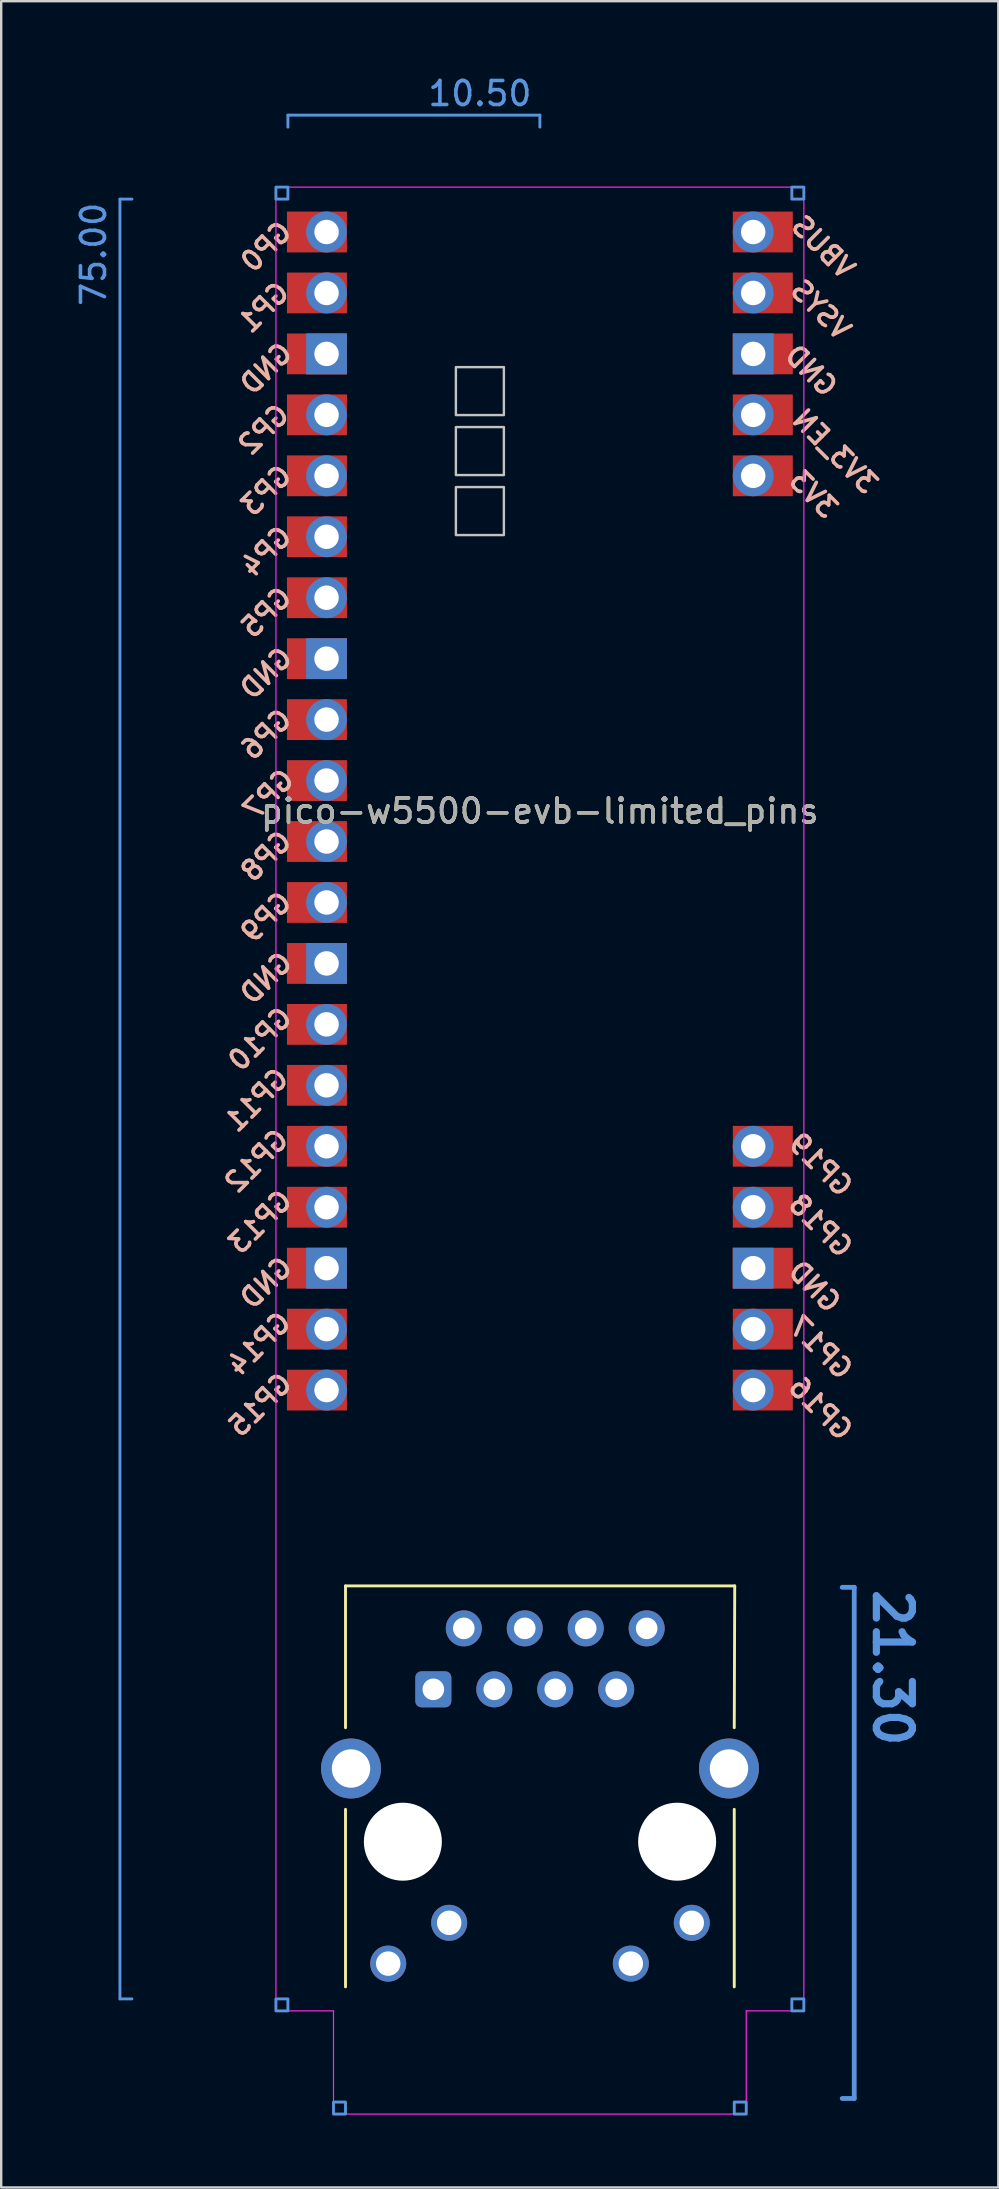
<source format=kicad_pcb>
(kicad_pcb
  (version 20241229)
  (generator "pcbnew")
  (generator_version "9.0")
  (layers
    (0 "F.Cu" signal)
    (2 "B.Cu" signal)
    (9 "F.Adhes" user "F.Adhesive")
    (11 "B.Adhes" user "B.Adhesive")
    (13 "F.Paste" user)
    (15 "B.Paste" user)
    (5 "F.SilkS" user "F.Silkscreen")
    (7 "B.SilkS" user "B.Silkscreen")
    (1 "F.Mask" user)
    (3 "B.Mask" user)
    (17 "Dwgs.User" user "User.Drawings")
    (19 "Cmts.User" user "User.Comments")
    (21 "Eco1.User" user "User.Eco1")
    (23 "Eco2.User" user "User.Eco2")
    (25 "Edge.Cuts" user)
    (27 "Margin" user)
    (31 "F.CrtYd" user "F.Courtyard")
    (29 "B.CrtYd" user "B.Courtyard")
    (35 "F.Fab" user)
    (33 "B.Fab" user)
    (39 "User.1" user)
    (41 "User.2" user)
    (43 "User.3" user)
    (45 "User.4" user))
  (footprint "pico-w5500-evb-limited_pins"
    (layer "F.Cu")
    (at 19.448 30.748)
    (property "Reference" "pico-w5500-evb-limited_pins" (at 0 0 0) (layer "F.SilkS") (effects (font (size 1 1) (thickness 0.15))))
    (attr through_hole)
    (fp_line (start -8.1 32.29) (end -8.1 38.2) (stroke (width 0.12) (type solid)) (layer "F.SilkS"))
    (fp_line (start -8.1 32.29) (end 8.12 32.29) (stroke (width 0.12) (type solid)) (layer "F.SilkS"))
    (fp_line (start -8.1 41.6) (end -8.1 49) (stroke (width 0.12) (type solid)) (layer "F.SilkS"))
    (fp_line (start 8.1 41.6) (end 8.1 49) (stroke (width 0.12) (type solid)) (layer "F.SilkS"))
    (fp_line (start 8.12 32.29) (end 8.1 38.2) (stroke (width 0.12) (type solid)) (layer "F.SilkS"))
    (fp_poly (pts (xy -1.5 -16.5) (xy -3.5 -16.5) (xy -3.5 -18.5) (xy -1.5 -18.5)) (stroke (width 0.1) (type solid)) (fill no) (layer "Dwgs.User"))
    (fp_poly (pts (xy -1.5 -14) (xy -3.5 -14) (xy -3.5 -16) (xy -1.5 -16)) (stroke (width 0.1) (type solid)) (fill no) (layer "Dwgs.User"))
    (fp_poly (pts (xy -1.5 -11.5) (xy -3.5 -11.5) (xy -3.5 -13.5) (xy -1.5 -13.5)) (stroke (width 0.1) (type solid)) (fill no) (layer "Dwgs.User"))
    (fp_line (start -17.5 -25.5) (end -17.5 49.5) (stroke (width 0.12) (type solid)) (layer "Cmts.User"))
    (fp_line (start -17.5 -25.5) (end -17 -25.5) (stroke (width 0.12) (type solid)) (layer "Cmts.User"))
    (fp_line (start -17.5 49.5) (end -17 49.5) (stroke (width 0.12) (type solid)) (layer "Cmts.User"))
    (fp_line (start -10.5 -29) (end -10.5 -28.5) (stroke (width 0.12) (type solid)) (layer "Cmts.User"))
    (fp_line (start 0 -29) (end -10.5 -29) (stroke (width 0.12) (type solid)) (layer "Cmts.User"))
    (fp_line (start 0 -29) (end 0 -28.5) (stroke (width 0.12) (type solid)) (layer "Cmts.User"))
    (fp_line (start 13.1 32.35) (end 12.6 32.35) (stroke (width 0.2) (type solid)) (layer "Cmts.User"))
    (fp_line (start 13.1 32.35) (end 13.1 53.65) (stroke (width 0.2) (type solid)) (layer "Cmts.User"))
    (fp_line (start 13.1 53.65) (end 12.6 53.65) (stroke (width 0.2) (type solid)) (layer "Cmts.User"))
    (fp_rect (start -10.5 -25.5) (end -11 -26) (stroke (width 0.12) (type solid)) (fill no) (layer "Cmts.User"))
    (fp_rect (start -10.5 49.5) (end -11 50) (stroke (width 0.12) (type solid)) (fill no) (layer "Cmts.User"))
    (fp_rect (start -8.1 53.8) (end -8.6 54.3) (stroke (width 0.12) (type solid)) (fill no) (layer "Cmts.User"))
    (fp_rect (start 8.1 53.8) (end 8.6 54.3) (stroke (width 0.12) (type solid)) (fill no) (layer "Cmts.User"))
    (fp_rect (start 10.5 -25.5) (end 11 -26) (stroke (width 0.12) (type solid)) (fill no) (layer "Cmts.User"))
    (fp_rect (start 10.5 49.5) (end 11 50) (stroke (width 0.12) (type solid)) (fill no) (layer "Cmts.User"))
    (fp_line (start -11 -26) (end 11 -26) (stroke (width 0.05) (type solid)) (layer "F.CrtYd"))
    (fp_line (start -11 50) (end -11 -26) (stroke (width 0.05) (type solid)) (layer "F.CrtYd"))
    (fp_line (start -8.6 50) (end -11 50) (stroke (width 0.05) (type solid)) (layer "F.CrtYd"))
    (fp_line (start -8.6 54.3) (end -8.6 50) (stroke (width 0.05) (type solid)) (layer "F.CrtYd"))
    (fp_line (start 8.6 50) (end 8.6 54.3) (stroke (width 0.05) (type solid)) (layer "F.CrtYd"))
    (fp_line (start 8.6 54.3) (end -8.6 54.3) (stroke (width 0.05) (type solid)) (layer "F.CrtYd"))
    (fp_line (start 11 -26) (end 11 50) (stroke (width 0.05) (type solid)) (layer "F.CrtYd"))
    (fp_line (start 11 50) (end 8.6 50) (stroke (width 0.05) (type solid)) (layer "F.CrtYd"))
    (fp_text user "GND" (at -11.4 -18.44 45) (layer "B.SilkS") (effects (font (size 0.8 0.8) (thickness 0.15)) (justify mirror)))
    (fp_text user "GP3" (at -11.4 -13.36 45) (layer "B.SilkS") (effects (font (size 0.8 0.8) (thickness 0.15)) (justify mirror)))
    (fp_text user "GP10" (at -11.654 9.5 45) (layer "B.SilkS") (effects (font (size 0.8 0.8) (thickness 0.15)) (justify mirror)))
    (fp_text user "GP15" (at -11.654 24.74 45) (layer "B.SilkS") (effects (font (size 0.8 0.8) (thickness 0.15)) (justify mirror)))
    (fp_text user "GP12" (at -11.8 14.58 45) (layer "B.SilkS") (effects (font (size 0.8 0.8) (thickness 0.15)) (justify mirror)))
    (fp_text user "3V3" (at 11.4 -13.2 315) (layer "B.SilkS") (effects (font (size 0.8 0.8) (thickness 0.15)) (justify mirror)))
    (fp_text user "GP7" (at -11.3 -0.69 45) (layer "B.SilkS") (effects (font (size 0.8 0.8) (thickness 0.15)) (justify mirror)))
    (fp_text user "VSYS" (at 11.7 -20.89 315) (layer "B.SilkS") (effects (font (size 0.8 0.8) (thickness 0.15)) (justify mirror)))
    (fp_text user "GND" (at 11.446 19.82 315) (layer "B.SilkS") (effects (font (size 0.8 0.8) (thickness 0.15)) (justify mirror)))
    (fp_text user "GP4" (at -11.4 -10.82 45) (layer "B.SilkS") (effects (font (size 0.8 0.8) (thickness 0.15)) (justify mirror)))
    (fp_text user "3V3_EN" (at 12.3 -14.99 315) (layer "B.SilkS") (effects (font (size 0.8 0.8) (thickness 0.15)) (justify mirror)))
    (fp_text user "GP13" (at -11.654 17.12 45) (layer "B.SilkS") (effects (font (size 0.8 0.8) (thickness 0.15)) (justify mirror)))
    (fp_text user "GP2" (at -11.5 -15.9 45) (layer "B.SilkS") (effects (font (size 0.8 0.8) (thickness 0.15)) (justify mirror)))
    (fp_text user "GP16" (at 11.7 24.9 315) (layer "B.SilkS") (effects (font (size 0.8 0.8) (thickness 0.15)) (justify mirror)))
    (fp_text user "GP17" (at 11.7 22.36 315) (layer "B.SilkS") (effects (font (size 0.8 0.8) (thickness 0.15)) (justify mirror)))
    (fp_text user "GP19" (at 11.7 14.74 315) (layer "B.SilkS") (effects (font (size 0.8 0.8) (thickness 0.15)) (justify mirror)))
    (fp_text user "GP6" (at -11.4 -3.2 45) (layer "B.SilkS") (effects (font (size 0.8 0.8) (thickness 0.15)) (justify mirror)))
    (fp_text user "GP9" (at -11.4 4.42 45) (layer "B.SilkS") (effects (font (size 0.8 0.8) (thickness 0.15)) (justify mirror)))
    (fp_text user "GND" (at -11.4 -5.74 45) (layer "B.SilkS") (effects (font (size 0.8 0.8) (thickness 0.15)) (justify mirror)))
    (fp_text user "GND" (at -11.4 19.66 45) (layer "B.SilkS") (effects (font (size 0.8 0.8) (thickness 0.15)) (justify mirror)))
    (fp_text user "GP14" (at -11.7 22.2 45) (layer "B.SilkS") (effects (font (size 0.8 0.8) (thickness 0.15)) (justify mirror)))
    (fp_text user "GP11" (at -11.8 12.04 45) (layer "B.SilkS") (effects (font (size 0.8 0.8) (thickness 0.15)) (justify mirror)))
    (fp_text user "GP18" (at 11.7 17.28 315) (layer "B.SilkS") (effects (font (size 0.8 0.8) (thickness 0.15)) (justify mirror)))
    (fp_text user "GP0" (at -11.4 -23.52 225) (layer "B.SilkS") (effects (font (size 0.8 0.8) (thickness 0.15)) (justify mirror)))
    (fp_text user "GND" (at -11.4 6.96 45) (layer "B.SilkS") (effects (font (size 0.8 0.8) (thickness 0.15)) (justify mirror)))
    (fp_text user "GND" (at 11.3 -18.35 315) (layer "B.SilkS") (effects (font (size 0.8 0.8) (thickness 0.15)) (justify mirror)))
    (fp_text user "VBUS" (at 11.8 -23.5 315) (layer "B.SilkS") (effects (font (size 0.8 0.8) (thickness 0.15)) (justify mirror)))
    (fp_text user "GP5" (at -11.4 -8.28 45) (layer "B.SilkS") (effects (font (size 0.8 0.8) (thickness 0.15)) (justify mirror)))
    (fp_text user "GP8" (at -11.4 1.88 45) (layer "B.SilkS") (effects (font (size 0.8 0.8) (thickness 0.15)) (justify mirror)))
    (fp_text user "GP1" (at -11.5 -20.99 45) (layer "B.SilkS") (effects (font (size 0.8 0.8) (thickness 0.15)) (justify mirror)))
    (fp_text user "21.30" (at 14.7 35.7 270) (unlocked yes) (layer "Cmts.User") (effects (font (size 1.5 1.5) (thickness 0.3))))
    (fp_text user "10.50" (at -2.5 -29.9 0) (unlocked yes) (layer "Cmts.User") (effects (font (size 1 1) (thickness 0.15))))
    (fp_text user "75.00" (at -18.6 -23.2 90) (unlocked yes) (layer "Cmts.User") (effects (font (size 1 1) (thickness 0.15))))
    (fp_text user "${REFERENCE}" (at 0 0 180) (layer "F.Fab") (effects (font (size 1 1) (thickness 0.15))))
    (pad "" np_thru_hole circle (at -5.71 42.95) (size 3.25 3.25) (drill 3.25) (layers "*.Cu" "*.Mask"))
    (pad "" np_thru_hole circle (at 5.72 42.95) (size 3.25 3.25) (drill 3.25) (layers "*.Cu" "*.Mask"))
    (pad "1" thru_hole oval (at -8.89 -24.13) (size 1.7 1.7) (drill 1.02) (layers "*.Cu" "*.Mask"))
    (pad "1" smd rect (at -8.89 -24.13) (size 2.5 1.7) (drill (offset -0.4 0)) (layers "F.Cu" "F.Mask"))
    (pad "2" thru_hole oval (at -8.89 -21.59) (size 1.7 1.7) (drill 1.02) (layers "*.Cu" "*.Mask"))
    (pad "2" smd rect (at -8.89 -21.59) (size 2.5 1.7) (drill (offset -0.4 0)) (layers "F.Cu" "F.Mask"))
    (pad "3" thru_hole rect (at -8.89 -19.05) (size 1.7 1.7) (drill 1.02) (layers "*.Cu" "*.Mask"))
    (pad "3" smd rect (at -8.89 -19.05) (size 2.5 1.7) (drill (offset -0.4 0)) (layers "F.Cu" "F.Mask"))
    (pad "4" thru_hole oval (at -8.89 -16.51) (size 1.7 1.7) (drill 1.02) (layers "*.Cu" "*.Mask"))
    (pad "4" smd rect (at -8.89 -16.51) (size 2.5 1.7) (drill (offset -0.4 0)) (layers "F.Cu" "F.Mask"))
    (pad "5" thru_hole oval (at -8.89 -13.97) (size 1.7 1.7) (drill 1.02) (layers "*.Cu" "*.Mask"))
    (pad "5" smd rect (at -8.89 -13.97) (size 2.5 1.7) (drill (offset -0.4 0)) (layers "F.Cu" "F.Mask"))
    (pad "6" thru_hole oval (at -8.89 -11.43) (size 1.7 1.7) (drill 1.02) (layers "*.Cu" "*.Mask"))
    (pad "6" smd rect (at -8.89 -11.43) (size 2.5 1.7) (drill (offset -0.4 0)) (layers "F.Cu" "F.Mask"))
    (pad "7" thru_hole oval (at -8.89 -8.89) (size 1.7 1.7) (drill 1.02) (layers "*.Cu" "*.Mask"))
    (pad "7" smd rect (at -8.89 -8.89) (size 2.5 1.7) (drill (offset -0.4 0)) (layers "F.Cu" "F.Mask"))
    (pad "8" thru_hole rect (at -8.89 -6.35) (size 1.7 1.7) (drill 1.02) (layers "*.Cu" "*.Mask"))
    (pad "8" smd rect (at -8.89 -6.35) (size 2.5 1.7) (drill (offset -0.4 0)) (layers "F.Cu" "F.Mask"))
    (pad "9" thru_hole oval (at -8.89 -3.81) (size 1.7 1.7) (drill 1.02) (layers "*.Cu" "*.Mask"))
    (pad "9" smd rect (at -8.89 -3.81) (size 2.5 1.7) (drill (offset -0.4 0)) (layers "F.Cu" "F.Mask"))
    (pad "10" thru_hole oval (at -8.89 -1.27) (size 1.7 1.7) (drill 1.02) (layers "*.Cu" "*.Mask"))
    (pad "10" smd rect (at -8.89 -1.27) (size 2.5 1.7) (drill (offset -0.4 0)) (layers "F.Cu" "F.Mask"))
    (pad "11" thru_hole oval (at -8.89 1.27) (size 1.7 1.7) (drill 1.02) (layers "*.Cu" "*.Mask"))
    (pad "11" smd rect (at -8.89 1.27) (size 2.5 1.7) (drill (offset -0.4 0)) (layers "F.Cu" "F.Mask"))
    (pad "12" thru_hole oval (at -8.89 3.81) (size 1.7 1.7) (drill 1.02) (layers "*.Cu" "*.Mask"))
    (pad "12" smd rect (at -8.89 3.81) (size 2.5 1.7) (drill (offset -0.4 0)) (layers "F.Cu" "F.Mask"))
    (pad "13" thru_hole rect (at -8.89 6.35) (size 1.7 1.7) (drill 1.02) (layers "*.Cu" "*.Mask"))
    (pad "13" smd rect (at -8.89 6.35) (size 2.5 1.7) (drill (offset -0.4 0)) (layers "F.Cu" "F.Mask"))
    (pad "14" thru_hole oval (at -8.89 8.89) (size 1.7 1.7) (drill 1.02) (layers "*.Cu" "*.Mask"))
    (pad "14" smd rect (at -8.89 8.89) (size 2.5 1.7) (drill (offset -0.4 0)) (layers "F.Cu" "F.Mask"))
    (pad "15" thru_hole oval (at -8.89 11.43) (size 1.7 1.7) (drill 1.02) (layers "*.Cu" "*.Mask"))
    (pad "15" smd rect (at -8.89 11.43) (size 2.5 1.7) (drill (offset -0.4 0)) (layers "F.Cu" "F.Mask"))
    (pad "16" thru_hole oval (at -8.89 13.97) (size 1.7 1.7) (drill 1.02) (layers "*.Cu" "*.Mask"))
    (pad "16" smd rect (at -8.89 13.97) (size 2.5 1.7) (drill (offset -0.4 0)) (layers "F.Cu" "F.Mask"))
    (pad "17" thru_hole oval (at -8.89 16.51) (size 1.7 1.7) (drill 1.02) (layers "*.Cu" "*.Mask"))
    (pad "17" smd rect (at -8.89 16.51) (size 2.5 1.7) (drill (offset -0.4 0)) (layers "F.Cu" "F.Mask"))
    (pad "18" thru_hole rect (at -8.89 19.05) (size 1.7 1.7) (drill 1.02) (layers "*.Cu" "*.Mask"))
    (pad "18" smd rect (at -8.89 19.05) (size 2.5 1.7) (drill (offset -0.4 0)) (layers "F.Cu" "F.Mask"))
    (pad "19" thru_hole oval (at -8.89 21.59) (size 1.7 1.7) (drill 1.02) (layers "*.Cu" "*.Mask"))
    (pad "19" smd rect (at -8.89 21.59) (size 2.5 1.7) (drill (offset -0.4 0)) (layers "F.Cu" "F.Mask"))
    (pad "20" thru_hole oval (at -8.89 24.13) (size 1.7 1.7) (drill 1.02) (layers "*.Cu" "*.Mask"))
    (pad "20" smd rect (at -8.89 24.13) (size 2.5 1.7) (drill (offset -0.4 0)) (layers "F.Cu" "F.Mask"))
    (pad "21" thru_hole oval (at 8.89 24.13) (size 1.7 1.7) (drill 1.02) (layers "*.Cu" "*.Mask"))
    (pad "21" smd rect (at 8.89 24.13) (size 2.5 1.7) (drill (offset 0.4 0)) (layers "F.Cu" "F.Mask"))
    (pad "22" thru_hole oval (at 8.89 21.59) (size 1.7 1.7) (drill 1.02) (layers "*.Cu" "*.Mask"))
    (pad "22" smd rect (at 8.89 21.59) (size 2.5 1.7) (drill (offset 0.4 0)) (layers "F.Cu" "F.Mask"))
    (pad "23" thru_hole rect (at 8.89 19.05) (size 1.7 1.7) (drill 1.02) (layers "*.Cu" "*.Mask"))
    (pad "23" smd rect (at 8.89 19.05) (size 2.5 1.7) (drill (offset 0.4 0)) (layers "F.Cu" "F.Mask"))
    (pad "24" thru_hole oval (at 8.89 16.51) (size 1.7 1.7) (drill 1.02) (layers "*.Cu" "*.Mask"))
    (pad "24" smd rect (at 8.89 16.51) (size 2.5 1.7) (drill (offset 0.4 0)) (layers "F.Cu" "F.Mask"))
    (pad "25" thru_hole oval (at 8.89 13.97) (size 1.7 1.7) (drill 1.02) (layers "*.Cu" "*.Mask"))
    (pad "25" smd rect (at 8.89 13.97) (size 2.5 1.7) (drill (offset 0.4 0)) (layers "F.Cu" "F.Mask"))
    (pad "36" thru_hole oval (at 8.89 -13.97) (size 1.7 1.7) (drill 1.02) (layers "*.Cu" "*.Mask"))
    (pad "36" smd rect (at 8.89 -13.97) (size 2.5 1.7) (drill (offset 0.4 0)) (layers "F.Cu" "F.Mask"))
    (pad "37" thru_hole oval (at 8.89 -16.51) (size 1.7 1.7) (drill 1.02) (layers "*.Cu" "*.Mask"))
    (pad "37" smd rect (at 8.89 -16.51) (size 2.5 1.7) (drill (offset 0.4 0)) (layers "F.Cu" "F.Mask"))
    (pad "38" thru_hole rect (at 8.89 -19.05) (size 1.7 1.7) (drill 1.02) (layers "*.Cu" "*.Mask"))
    (pad "38" smd rect (at 8.89 -19.05) (size 2.5 1.7) (drill (offset 0.4 0)) (layers "F.Cu" "F.Mask"))
    (pad "39" thru_hole oval (at 8.89 -21.59) (size 1.7 1.7) (drill 1.02) (layers "*.Cu" "*.Mask"))
    (pad "39" smd rect (at 8.89 -21.59) (size 2.5 1.7) (drill (offset 0.4 0)) (layers "F.Cu" "F.Mask"))
    (pad "40" thru_hole oval (at 8.89 -24.13) (size 1.7 1.7) (drill 1.02) (layers "*.Cu" "*.Mask"))
    (pad "40" smd rect (at 8.89 -24.13) (size 2.5 1.7) (drill (offset 0.4 0)) (layers "F.Cu" "F.Mask"))
    (pad "101" thru_hole roundrect (at -4.44 36.6) (size 1.5 1.5) (drill 0.9) (layers "*.Cu" "*.Mask") (roundrect_rratio 0.167))
    (pad "102" thru_hole circle (at -3.17 34.06) (size 1.5 1.5) (drill 0.9) (layers "*.Cu" "*.Mask"))
    (pad "103" thru_hole circle (at -1.9 36.6) (size 1.5 1.5) (drill 0.9) (layers "*.Cu" "*.Mask"))
    (pad "104" thru_hole circle (at -0.63 34.06) (size 1.5 1.5) (drill 0.9) (layers "*.Cu" "*.Mask"))
    (pad "105" thru_hole circle (at 0.64 36.6) (size 1.5 1.5) (drill 0.9) (layers "*.Cu" "*.Mask"))
    (pad "106" thru_hole circle (at 1.91 34.06) (size 1.5 1.5) (drill 0.9) (layers "*.Cu" "*.Mask"))
    (pad "107" thru_hole circle (at 3.18 36.6) (size 1.5 1.5) (drill 0.9) (layers "*.Cu" "*.Mask"))
    (pad "108" thru_hole circle (at 4.45 34.06) (size 1.5 1.5) (drill 0.9) (layers "*.Cu" "*.Mask"))
    (pad "109" thru_hole circle (at -6.32 48.03) (size 1.5 1.5) (drill 1.02) (layers "*.Cu" "*.Mask"))
    (pad "110" thru_hole circle (at -3.78 46.33) (size 1.5 1.5) (drill 1.02) (layers "*.Cu" "*.Mask"))
    (pad "111" thru_hole circle (at 3.79 48.03) (size 1.5 1.5) (drill 1.02) (layers "*.Cu" "*.Mask"))
    (pad "112" thru_hole circle (at 6.33 46.33) (size 1.5 1.5) (drill 1.02) (layers "*.Cu" "*.Mask"))
    (pad "SH" thru_hole circle (at -7.87 39.9) (size 2.5 2.5) (drill 1.6) (layers "*.Cu" "*.Mask"))
    (pad "SH" thru_hole circle (at 7.88 39.9) (size 2.5 2.5) (drill 1.6) (layers "*.Cu" "*.Mask")))
  (gr_rect
    (start -3 -3)
    (end 38.552 88.108)
    (stroke (width 0.1) (type default))
    (fill no)
    (layer "Edge.Cuts")))
</source>
